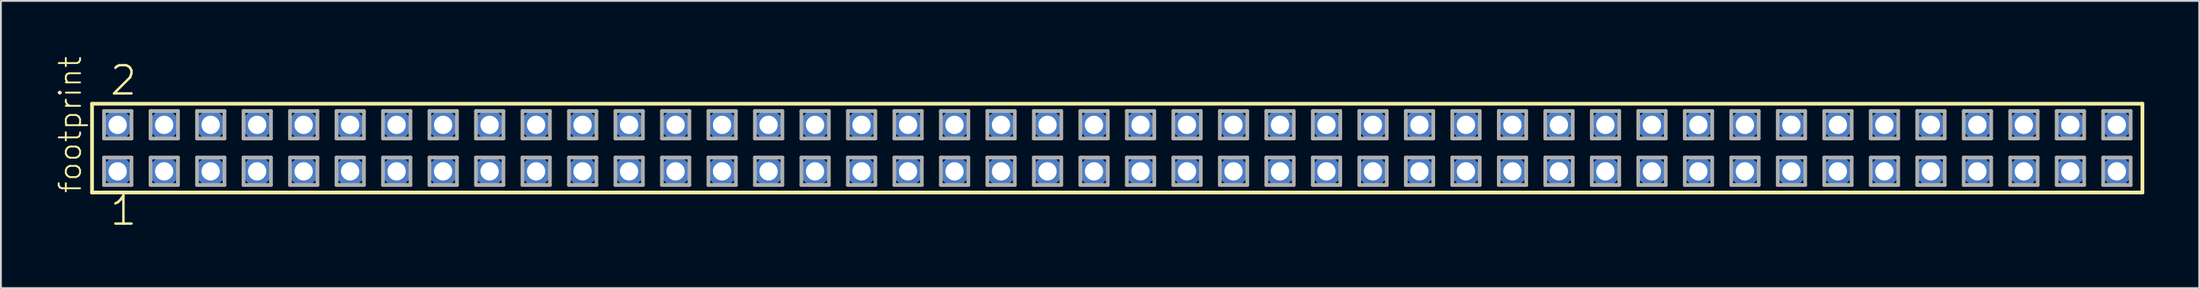
<source format=kicad_pcb>
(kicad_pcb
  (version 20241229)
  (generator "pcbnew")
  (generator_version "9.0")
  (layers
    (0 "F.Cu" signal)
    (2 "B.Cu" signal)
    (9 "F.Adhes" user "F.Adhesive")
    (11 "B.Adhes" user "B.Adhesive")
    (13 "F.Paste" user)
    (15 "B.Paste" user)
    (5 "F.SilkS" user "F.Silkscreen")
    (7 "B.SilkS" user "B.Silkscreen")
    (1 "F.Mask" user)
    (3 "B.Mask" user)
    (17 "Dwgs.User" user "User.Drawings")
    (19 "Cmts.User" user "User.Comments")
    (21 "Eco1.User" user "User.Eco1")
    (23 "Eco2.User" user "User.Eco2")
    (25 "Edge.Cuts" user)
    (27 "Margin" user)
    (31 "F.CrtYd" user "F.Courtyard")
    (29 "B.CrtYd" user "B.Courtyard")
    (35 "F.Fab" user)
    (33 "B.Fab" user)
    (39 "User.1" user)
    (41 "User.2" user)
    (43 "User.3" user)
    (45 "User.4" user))
  (footprint "footprint"
    (layer "F.Cu")
    (at 57.988 5.042)
    (property "Reference" "footprint" (at -56.515 2.54 90) (layer "F.SilkS") (effects (font (size 1.168 1.168) (thickness 0.102)) (justify left bottom)))
    (fp_line (start -56.009 -2.425) (end 56.009 -2.425) (stroke (width 0.203) (type solid)) (layer "F.SilkS"))
    (fp_line (start -56.009 2.425) (end -56.009 -2.425) (stroke (width 0.203) (type solid)) (layer "F.SilkS"))
    (fp_line (start 56.009 -2.425) (end 56.009 2.425) (stroke (width 0.203) (type solid)) (layer "F.SilkS"))
    (fp_line (start 56.009 2.425) (end -56.009 2.425) (stroke (width 0.203) (type solid)) (layer "F.SilkS"))
    (fp_line (start -55.355 -2.025) (end -53.855 -2.025) (stroke (width 0.203) (type solid)) (layer "F.Fab"))
    (fp_line (start -55.355 -0.525) (end -55.355 -2.025) (stroke (width 0.203) (type solid)) (layer "F.Fab"))
    (fp_line (start -55.355 0.515) (end -53.855 0.515) (stroke (width 0.203) (type solid)) (layer "F.Fab"))
    (fp_line (start -55.355 2.015) (end -55.355 0.515) (stroke (width 0.203) (type solid)) (layer "F.Fab"))
    (fp_line (start -53.855 -2.025) (end -53.855 -0.525) (stroke (width 0.203) (type solid)) (layer "F.Fab"))
    (fp_line (start -53.855 -0.525) (end -55.355 -0.525) (stroke (width 0.203) (type solid)) (layer "F.Fab"))
    (fp_line (start -53.855 0.515) (end -53.855 2.015) (stroke (width 0.203) (type solid)) (layer "F.Fab"))
    (fp_line (start -53.855 2.015) (end -55.355 2.015) (stroke (width 0.203) (type solid)) (layer "F.Fab"))
    (fp_line (start -52.815 -2.025) (end -51.315 -2.025) (stroke (width 0.203) (type solid)) (layer "F.Fab"))
    (fp_line (start -52.815 -0.525) (end -52.815 -2.025) (stroke (width 0.203) (type solid)) (layer "F.Fab"))
    (fp_line (start -52.815 0.515) (end -51.315 0.515) (stroke (width 0.203) (type solid)) (layer "F.Fab"))
    (fp_line (start -52.815 2.015) (end -52.815 0.515) (stroke (width 0.203) (type solid)) (layer "F.Fab"))
    (fp_line (start -51.315 -2.025) (end -51.315 -0.525) (stroke (width 0.203) (type solid)) (layer "F.Fab"))
    (fp_line (start -51.315 -0.525) (end -52.815 -0.525) (stroke (width 0.203) (type solid)) (layer "F.Fab"))
    (fp_line (start -51.315 0.515) (end -51.315 2.015) (stroke (width 0.203) (type solid)) (layer "F.Fab"))
    (fp_line (start -51.315 2.015) (end -52.815 2.015) (stroke (width 0.203) (type solid)) (layer "F.Fab"))
    (fp_line (start -50.275 -2.025) (end -48.775 -2.025) (stroke (width 0.203) (type solid)) (layer "F.Fab"))
    (fp_line (start -50.275 -0.525) (end -50.275 -2.025) (stroke (width 0.203) (type solid)) (layer "F.Fab"))
    (fp_line (start -50.275 0.515) (end -48.775 0.515) (stroke (width 0.203) (type solid)) (layer "F.Fab"))
    (fp_line (start -50.275 2.015) (end -50.275 0.515) (stroke (width 0.203) (type solid)) (layer "F.Fab"))
    (fp_line (start -48.775 -2.025) (end -48.775 -0.525) (stroke (width 0.203) (type solid)) (layer "F.Fab"))
    (fp_line (start -48.775 -0.525) (end -50.275 -0.525) (stroke (width 0.203) (type solid)) (layer "F.Fab"))
    (fp_line (start -48.775 0.515) (end -48.775 2.015) (stroke (width 0.203) (type solid)) (layer "F.Fab"))
    (fp_line (start -48.775 2.015) (end -50.275 2.015) (stroke (width 0.203) (type solid)) (layer "F.Fab"))
    (fp_line (start -47.735 -2.025) (end -46.235 -2.025) (stroke (width 0.203) (type solid)) (layer "F.Fab"))
    (fp_line (start -47.735 -0.525) (end -47.735 -2.025) (stroke (width 0.203) (type solid)) (layer "F.Fab"))
    (fp_line (start -47.735 0.515) (end -46.235 0.515) (stroke (width 0.203) (type solid)) (layer "F.Fab"))
    (fp_line (start -47.735 2.015) (end -47.735 0.515) (stroke (width 0.203) (type solid)) (layer "F.Fab"))
    (fp_line (start -46.235 -2.025) (end -46.235 -0.525) (stroke (width 0.203) (type solid)) (layer "F.Fab"))
    (fp_line (start -46.235 -0.525) (end -47.735 -0.525) (stroke (width 0.203) (type solid)) (layer "F.Fab"))
    (fp_line (start -46.235 0.515) (end -46.235 2.015) (stroke (width 0.203) (type solid)) (layer "F.Fab"))
    (fp_line (start -46.235 2.015) (end -47.735 2.015) (stroke (width 0.203) (type solid)) (layer "F.Fab"))
    (fp_line (start -45.195 -2.025) (end -43.695 -2.025) (stroke (width 0.203) (type solid)) (layer "F.Fab"))
    (fp_line (start -45.195 -0.525) (end -45.195 -2.025) (stroke (width 0.203) (type solid)) (layer "F.Fab"))
    (fp_line (start -45.195 0.515) (end -43.695 0.515) (stroke (width 0.203) (type solid)) (layer "F.Fab"))
    (fp_line (start -45.195 2.015) (end -45.195 0.515) (stroke (width 0.203) (type solid)) (layer "F.Fab"))
    (fp_line (start -43.695 -2.025) (end -43.695 -0.525) (stroke (width 0.203) (type solid)) (layer "F.Fab"))
    (fp_line (start -43.695 -0.525) (end -45.195 -0.525) (stroke (width 0.203) (type solid)) (layer "F.Fab"))
    (fp_line (start -43.695 0.515) (end -43.695 2.015) (stroke (width 0.203) (type solid)) (layer "F.Fab"))
    (fp_line (start -43.695 2.015) (end -45.195 2.015) (stroke (width 0.203) (type solid)) (layer "F.Fab"))
    (fp_line (start -42.655 -2.025) (end -41.155 -2.025) (stroke (width 0.203) (type solid)) (layer "F.Fab"))
    (fp_line (start -42.655 -0.525) (end -42.655 -2.025) (stroke (width 0.203) (type solid)) (layer "F.Fab"))
    (fp_line (start -42.655 0.515) (end -41.155 0.515) (stroke (width 0.203) (type solid)) (layer "F.Fab"))
    (fp_line (start -42.655 2.015) (end -42.655 0.515) (stroke (width 0.203) (type solid)) (layer "F.Fab"))
    (fp_line (start -41.155 -2.025) (end -41.155 -0.525) (stroke (width 0.203) (type solid)) (layer "F.Fab"))
    (fp_line (start -41.155 -0.525) (end -42.655 -0.525) (stroke (width 0.203) (type solid)) (layer "F.Fab"))
    (fp_line (start -41.155 0.515) (end -41.155 2.015) (stroke (width 0.203) (type solid)) (layer "F.Fab"))
    (fp_line (start -41.155 2.015) (end -42.655 2.015) (stroke (width 0.203) (type solid)) (layer "F.Fab"))
    (fp_line (start -40.115 -2.025) (end -38.615 -2.025) (stroke (width 0.203) (type solid)) (layer "F.Fab"))
    (fp_line (start -40.115 -0.525) (end -40.115 -2.025) (stroke (width 0.203) (type solid)) (layer "F.Fab"))
    (fp_line (start -40.115 0.515) (end -38.615 0.515) (stroke (width 0.203) (type solid)) (layer "F.Fab"))
    (fp_line (start -40.115 2.015) (end -40.115 0.515) (stroke (width 0.203) (type solid)) (layer "F.Fab"))
    (fp_line (start -38.615 -2.025) (end -38.615 -0.525) (stroke (width 0.203) (type solid)) (layer "F.Fab"))
    (fp_line (start -38.615 -0.525) (end -40.115 -0.525) (stroke (width 0.203) (type solid)) (layer "F.Fab"))
    (fp_line (start -38.615 0.515) (end -38.615 2.015) (stroke (width 0.203) (type solid)) (layer "F.Fab"))
    (fp_line (start -38.615 2.015) (end -40.115 2.015) (stroke (width 0.203) (type solid)) (layer "F.Fab"))
    (fp_line (start -37.575 -2.025) (end -36.075 -2.025) (stroke (width 0.203) (type solid)) (layer "F.Fab"))
    (fp_line (start -37.575 -0.525) (end -37.575 -2.025) (stroke (width 0.203) (type solid)) (layer "F.Fab"))
    (fp_line (start -37.575 0.515) (end -36.075 0.515) (stroke (width 0.203) (type solid)) (layer "F.Fab"))
    (fp_line (start -37.575 2.015) (end -37.575 0.515) (stroke (width 0.203) (type solid)) (layer "F.Fab"))
    (fp_line (start -36.075 -2.025) (end -36.075 -0.525) (stroke (width 0.203) (type solid)) (layer "F.Fab"))
    (fp_line (start -36.075 -0.525) (end -37.575 -0.525) (stroke (width 0.203) (type solid)) (layer "F.Fab"))
    (fp_line (start -36.075 0.515) (end -36.075 2.015) (stroke (width 0.203) (type solid)) (layer "F.Fab"))
    (fp_line (start -36.075 2.015) (end -37.575 2.015) (stroke (width 0.203) (type solid)) (layer "F.Fab"))
    (fp_line (start -35.035 -2.025) (end -33.535 -2.025) (stroke (width 0.203) (type solid)) (layer "F.Fab"))
    (fp_line (start -35.035 -0.525) (end -35.035 -2.025) (stroke (width 0.203) (type solid)) (layer "F.Fab"))
    (fp_line (start -35.035 0.515) (end -33.535 0.515) (stroke (width 0.203) (type solid)) (layer "F.Fab"))
    (fp_line (start -35.035 2.015) (end -35.035 0.515) (stroke (width 0.203) (type solid)) (layer "F.Fab"))
    (fp_line (start -33.535 -2.025) (end -33.535 -0.525) (stroke (width 0.203) (type solid)) (layer "F.Fab"))
    (fp_line (start -33.535 -0.525) (end -35.035 -0.525) (stroke (width 0.203) (type solid)) (layer "F.Fab"))
    (fp_line (start -33.535 0.515) (end -33.535 2.015) (stroke (width 0.203) (type solid)) (layer "F.Fab"))
    (fp_line (start -33.535 2.015) (end -35.035 2.015) (stroke (width 0.203) (type solid)) (layer "F.Fab"))
    (fp_line (start -32.495 -2.025) (end -30.995 -2.025) (stroke (width 0.203) (type solid)) (layer "F.Fab"))
    (fp_line (start -32.495 -0.525) (end -32.495 -2.025) (stroke (width 0.203) (type solid)) (layer "F.Fab"))
    (fp_line (start -32.495 0.515) (end -30.995 0.515) (stroke (width 0.203) (type solid)) (layer "F.Fab"))
    (fp_line (start -32.495 2.015) (end -32.495 0.515) (stroke (width 0.203) (type solid)) (layer "F.Fab"))
    (fp_line (start -30.995 -2.025) (end -30.995 -0.525) (stroke (width 0.203) (type solid)) (layer "F.Fab"))
    (fp_line (start -30.995 -0.525) (end -32.495 -0.525) (stroke (width 0.203) (type solid)) (layer "F.Fab"))
    (fp_line (start -30.995 0.515) (end -30.995 2.015) (stroke (width 0.203) (type solid)) (layer "F.Fab"))
    (fp_line (start -30.995 2.015) (end -32.495 2.015) (stroke (width 0.203) (type solid)) (layer "F.Fab"))
    (fp_line (start -29.955 -2.025) (end -28.455 -2.025) (stroke (width 0.203) (type solid)) (layer "F.Fab"))
    (fp_line (start -29.955 -0.525) (end -29.955 -2.025) (stroke (width 0.203) (type solid)) (layer "F.Fab"))
    (fp_line (start -29.955 0.515) (end -28.455 0.515) (stroke (width 0.203) (type solid)) (layer "F.Fab"))
    (fp_line (start -29.955 2.015) (end -29.955 0.515) (stroke (width 0.203) (type solid)) (layer "F.Fab"))
    (fp_line (start -28.455 -2.025) (end -28.455 -0.525) (stroke (width 0.203) (type solid)) (layer "F.Fab"))
    (fp_line (start -28.455 -0.525) (end -29.955 -0.525) (stroke (width 0.203) (type solid)) (layer "F.Fab"))
    (fp_line (start -28.455 0.515) (end -28.455 2.015) (stroke (width 0.203) (type solid)) (layer "F.Fab"))
    (fp_line (start -28.455 2.015) (end -29.955 2.015) (stroke (width 0.203) (type solid)) (layer "F.Fab"))
    (fp_line (start -27.415 -2.025) (end -25.915 -2.025) (stroke (width 0.203) (type solid)) (layer "F.Fab"))
    (fp_line (start -27.415 -0.525) (end -27.415 -2.025) (stroke (width 0.203) (type solid)) (layer "F.Fab"))
    (fp_line (start -27.415 0.515) (end -25.915 0.515) (stroke (width 0.203) (type solid)) (layer "F.Fab"))
    (fp_line (start -27.415 2.015) (end -27.415 0.515) (stroke (width 0.203) (type solid)) (layer "F.Fab"))
    (fp_line (start -25.915 -2.025) (end -25.915 -0.525) (stroke (width 0.203) (type solid)) (layer "F.Fab"))
    (fp_line (start -25.915 -0.525) (end -27.415 -0.525) (stroke (width 0.203) (type solid)) (layer "F.Fab"))
    (fp_line (start -25.915 0.515) (end -25.915 2.015) (stroke (width 0.203) (type solid)) (layer "F.Fab"))
    (fp_line (start -25.915 2.015) (end -27.415 2.015) (stroke (width 0.203) (type solid)) (layer "F.Fab"))
    (fp_line (start -24.875 -2.025) (end -23.375 -2.025) (stroke (width 0.203) (type solid)) (layer "F.Fab"))
    (fp_line (start -24.875 -0.525) (end -24.875 -2.025) (stroke (width 0.203) (type solid)) (layer "F.Fab"))
    (fp_line (start -24.875 0.515) (end -23.375 0.515) (stroke (width 0.203) (type solid)) (layer "F.Fab"))
    (fp_line (start -24.875 2.015) (end -24.875 0.515) (stroke (width 0.203) (type solid)) (layer "F.Fab"))
    (fp_line (start -23.375 -2.025) (end -23.375 -0.525) (stroke (width 0.203) (type solid)) (layer "F.Fab"))
    (fp_line (start -23.375 -0.525) (end -24.875 -0.525) (stroke (width 0.203) (type solid)) (layer "F.Fab"))
    (fp_line (start -23.375 0.515) (end -23.375 2.015) (stroke (width 0.203) (type solid)) (layer "F.Fab"))
    (fp_line (start -23.375 2.015) (end -24.875 2.015) (stroke (width 0.203) (type solid)) (layer "F.Fab"))
    (fp_line (start -22.335 -2.025) (end -20.835 -2.025) (stroke (width 0.203) (type solid)) (layer "F.Fab"))
    (fp_line (start -22.335 -0.525) (end -22.335 -2.025) (stroke (width 0.203) (type solid)) (layer "F.Fab"))
    (fp_line (start -22.335 0.515) (end -20.835 0.515) (stroke (width 0.203) (type solid)) (layer "F.Fab"))
    (fp_line (start -22.335 2.015) (end -22.335 0.515) (stroke (width 0.203) (type solid)) (layer "F.Fab"))
    (fp_line (start -20.835 -2.025) (end -20.835 -0.525) (stroke (width 0.203) (type solid)) (layer "F.Fab"))
    (fp_line (start -20.835 -0.525) (end -22.335 -0.525) (stroke (width 0.203) (type solid)) (layer "F.Fab"))
    (fp_line (start -20.835 0.515) (end -20.835 2.015) (stroke (width 0.203) (type solid)) (layer "F.Fab"))
    (fp_line (start -20.835 2.015) (end -22.335 2.015) (stroke (width 0.203) (type solid)) (layer "F.Fab"))
    (fp_line (start -19.795 -2.025) (end -18.295 -2.025) (stroke (width 0.203) (type solid)) (layer "F.Fab"))
    (fp_line (start -19.795 -0.525) (end -19.795 -2.025) (stroke (width 0.203) (type solid)) (layer "F.Fab"))
    (fp_line (start -19.795 0.515) (end -18.295 0.515) (stroke (width 0.203) (type solid)) (layer "F.Fab"))
    (fp_line (start -19.795 2.015) (end -19.795 0.515) (stroke (width 0.203) (type solid)) (layer "F.Fab"))
    (fp_line (start -18.295 -2.025) (end -18.295 -0.525) (stroke (width 0.203) (type solid)) (layer "F.Fab"))
    (fp_line (start -18.295 -0.525) (end -19.795 -0.525) (stroke (width 0.203) (type solid)) (layer "F.Fab"))
    (fp_line (start -18.295 0.515) (end -18.295 2.015) (stroke (width 0.203) (type solid)) (layer "F.Fab"))
    (fp_line (start -18.295 2.015) (end -19.795 2.015) (stroke (width 0.203) (type solid)) (layer "F.Fab"))
    (fp_line (start -17.255 -2.025) (end -15.755 -2.025) (stroke (width 0.203) (type solid)) (layer "F.Fab"))
    (fp_line (start -17.255 -0.525) (end -17.255 -2.025) (stroke (width 0.203) (type solid)) (layer "F.Fab"))
    (fp_line (start -17.255 0.515) (end -15.755 0.515) (stroke (width 0.203) (type solid)) (layer "F.Fab"))
    (fp_line (start -17.255 2.015) (end -17.255 0.515) (stroke (width 0.203) (type solid)) (layer "F.Fab"))
    (fp_line (start -15.755 -2.025) (end -15.755 -0.525) (stroke (width 0.203) (type solid)) (layer "F.Fab"))
    (fp_line (start -15.755 -0.525) (end -17.255 -0.525) (stroke (width 0.203) (type solid)) (layer "F.Fab"))
    (fp_line (start -15.755 0.515) (end -15.755 2.015) (stroke (width 0.203) (type solid)) (layer "F.Fab"))
    (fp_line (start -15.755 2.015) (end -17.255 2.015) (stroke (width 0.203) (type solid)) (layer "F.Fab"))
    (fp_line (start -14.715 -2.025) (end -13.215 -2.025) (stroke (width 0.203) (type solid)) (layer "F.Fab"))
    (fp_line (start -14.715 -0.525) (end -14.715 -2.025) (stroke (width 0.203) (type solid)) (layer "F.Fab"))
    (fp_line (start -14.715 0.515) (end -13.215 0.515) (stroke (width 0.203) (type solid)) (layer "F.Fab"))
    (fp_line (start -14.715 2.015) (end -14.715 0.515) (stroke (width 0.203) (type solid)) (layer "F.Fab"))
    (fp_line (start -13.215 -2.025) (end -13.215 -0.525) (stroke (width 0.203) (type solid)) (layer "F.Fab"))
    (fp_line (start -13.215 -0.525) (end -14.715 -0.525) (stroke (width 0.203) (type solid)) (layer "F.Fab"))
    (fp_line (start -13.215 0.515) (end -13.215 2.015) (stroke (width 0.203) (type solid)) (layer "F.Fab"))
    (fp_line (start -13.215 2.015) (end -14.715 2.015) (stroke (width 0.203) (type solid)) (layer "F.Fab"))
    (fp_line (start -12.175 -2.025) (end -10.675 -2.025) (stroke (width 0.203) (type solid)) (layer "F.Fab"))
    (fp_line (start -12.175 -0.525) (end -12.175 -2.025) (stroke (width 0.203) (type solid)) (layer "F.Fab"))
    (fp_line (start -12.175 0.515) (end -10.675 0.515) (stroke (width 0.203) (type solid)) (layer "F.Fab"))
    (fp_line (start -12.175 2.015) (end -12.175 0.515) (stroke (width 0.203) (type solid)) (layer "F.Fab"))
    (fp_line (start -10.675 -2.025) (end -10.675 -0.525) (stroke (width 0.203) (type solid)) (layer "F.Fab"))
    (fp_line (start -10.675 -0.525) (end -12.175 -0.525) (stroke (width 0.203) (type solid)) (layer "F.Fab"))
    (fp_line (start -10.675 0.515) (end -10.675 2.015) (stroke (width 0.203) (type solid)) (layer "F.Fab"))
    (fp_line (start -10.675 2.015) (end -12.175 2.015) (stroke (width 0.203) (type solid)) (layer "F.Fab"))
    (fp_line (start -9.635 -2.025) (end -8.135 -2.025) (stroke (width 0.203) (type solid)) (layer "F.Fab"))
    (fp_line (start -9.635 -0.525) (end -9.635 -2.025) (stroke (width 0.203) (type solid)) (layer "F.Fab"))
    (fp_line (start -9.635 0.515) (end -8.135 0.515) (stroke (width 0.203) (type solid)) (layer "F.Fab"))
    (fp_line (start -9.635 2.015) (end -9.635 0.515) (stroke (width 0.203) (type solid)) (layer "F.Fab"))
    (fp_line (start -8.135 -2.025) (end -8.135 -0.525) (stroke (width 0.203) (type solid)) (layer "F.Fab"))
    (fp_line (start -8.135 -0.525) (end -9.635 -0.525) (stroke (width 0.203) (type solid)) (layer "F.Fab"))
    (fp_line (start -8.135 0.515) (end -8.135 2.015) (stroke (width 0.203) (type solid)) (layer "F.Fab"))
    (fp_line (start -8.135 2.015) (end -9.635 2.015) (stroke (width 0.203) (type solid)) (layer "F.Fab"))
    (fp_line (start -7.095 -2.025) (end -5.595 -2.025) (stroke (width 0.203) (type solid)) (layer "F.Fab"))
    (fp_line (start -7.095 -0.525) (end -7.095 -2.025) (stroke (width 0.203) (type solid)) (layer "F.Fab"))
    (fp_line (start -7.095 0.515) (end -5.595 0.515) (stroke (width 0.203) (type solid)) (layer "F.Fab"))
    (fp_line (start -7.095 2.015) (end -7.095 0.515) (stroke (width 0.203) (type solid)) (layer "F.Fab"))
    (fp_line (start -5.595 -2.025) (end -5.595 -0.525) (stroke (width 0.203) (type solid)) (layer "F.Fab"))
    (fp_line (start -5.595 -0.525) (end -7.095 -0.525) (stroke (width 0.203) (type solid)) (layer "F.Fab"))
    (fp_line (start -5.595 0.515) (end -5.595 2.015) (stroke (width 0.203) (type solid)) (layer "F.Fab"))
    (fp_line (start -5.595 2.015) (end -7.095 2.015) (stroke (width 0.203) (type solid)) (layer "F.Fab"))
    (fp_line (start -4.555 -2.025) (end -3.055 -2.025) (stroke (width 0.203) (type solid)) (layer "F.Fab"))
    (fp_line (start -4.555 -0.525) (end -4.555 -2.025) (stroke (width 0.203) (type solid)) (layer "F.Fab"))
    (fp_line (start -4.555 0.515) (end -3.055 0.515) (stroke (width 0.203) (type solid)) (layer "F.Fab"))
    (fp_line (start -4.555 2.015) (end -4.555 0.515) (stroke (width 0.203) (type solid)) (layer "F.Fab"))
    (fp_line (start -3.055 -2.025) (end -3.055 -0.525) (stroke (width 0.203) (type solid)) (layer "F.Fab"))
    (fp_line (start -3.055 -0.525) (end -4.555 -0.525) (stroke (width 0.203) (type solid)) (layer "F.Fab"))
    (fp_line (start -3.055 0.515) (end -3.055 2.015) (stroke (width 0.203) (type solid)) (layer "F.Fab"))
    (fp_line (start -3.055 2.015) (end -4.555 2.015) (stroke (width 0.203) (type solid)) (layer "F.Fab"))
    (fp_line (start -2.015 -2.025) (end -0.515 -2.025) (stroke (width 0.203) (type solid)) (layer "F.Fab"))
    (fp_line (start -2.015 -0.525) (end -2.015 -2.025) (stroke (width 0.203) (type solid)) (layer "F.Fab"))
    (fp_line (start -2.015 0.515) (end -0.515 0.515) (stroke (width 0.203) (type solid)) (layer "F.Fab"))
    (fp_line (start -2.015 2.015) (end -2.015 0.515) (stroke (width 0.203) (type solid)) (layer "F.Fab"))
    (fp_line (start -0.515 -2.025) (end -0.515 -0.525) (stroke (width 0.203) (type solid)) (layer "F.Fab"))
    (fp_line (start -0.515 -0.525) (end -2.015 -0.525) (stroke (width 0.203) (type solid)) (layer "F.Fab"))
    (fp_line (start -0.515 0.515) (end -0.515 2.015) (stroke (width 0.203) (type solid)) (layer "F.Fab"))
    (fp_line (start -0.515 2.015) (end -2.015 2.015) (stroke (width 0.203) (type solid)) (layer "F.Fab"))
    (fp_line (start 0.525 -2.025) (end 2.025 -2.025) (stroke (width 0.203) (type solid)) (layer "F.Fab"))
    (fp_line (start 0.525 -0.525) (end 0.525 -2.025) (stroke (width 0.203) (type solid)) (layer "F.Fab"))
    (fp_line (start 0.525 0.515) (end 2.025 0.515) (stroke (width 0.203) (type solid)) (layer "F.Fab"))
    (fp_line (start 0.525 2.015) (end 0.525 0.515) (stroke (width 0.203) (type solid)) (layer "F.Fab"))
    (fp_line (start 2.025 -2.025) (end 2.025 -0.525) (stroke (width 0.203) (type solid)) (layer "F.Fab"))
    (fp_line (start 2.025 -0.525) (end 0.525 -0.525) (stroke (width 0.203) (type solid)) (layer "F.Fab"))
    (fp_line (start 2.025 0.515) (end 2.025 2.015) (stroke (width 0.203) (type solid)) (layer "F.Fab"))
    (fp_line (start 2.025 2.015) (end 0.525 2.015) (stroke (width 0.203) (type solid)) (layer "F.Fab"))
    (fp_line (start 3.065 -2.025) (end 4.565 -2.025) (stroke (width 0.203) (type solid)) (layer "F.Fab"))
    (fp_line (start 3.065 -0.525) (end 3.065 -2.025) (stroke (width 0.203) (type solid)) (layer "F.Fab"))
    (fp_line (start 3.065 0.515) (end 4.565 0.515) (stroke (width 0.203) (type solid)) (layer "F.Fab"))
    (fp_line (start 3.065 2.015) (end 3.065 0.515) (stroke (width 0.203) (type solid)) (layer "F.Fab"))
    (fp_line (start 4.565 -2.025) (end 4.565 -0.525) (stroke (width 0.203) (type solid)) (layer "F.Fab"))
    (fp_line (start 4.565 -0.525) (end 3.065 -0.525) (stroke (width 0.203) (type solid)) (layer "F.Fab"))
    (fp_line (start 4.565 0.515) (end 4.565 2.015) (stroke (width 0.203) (type solid)) (layer "F.Fab"))
    (fp_line (start 4.565 2.015) (end 3.065 2.015) (stroke (width 0.203) (type solid)) (layer "F.Fab"))
    (fp_line (start 5.605 -2.025) (end 7.105 -2.025) (stroke (width 0.203) (type solid)) (layer "F.Fab"))
    (fp_line (start 5.605 -0.525) (end 5.605 -2.025) (stroke (width 0.203) (type solid)) (layer "F.Fab"))
    (fp_line (start 5.605 0.515) (end 7.105 0.515) (stroke (width 0.203) (type solid)) (layer "F.Fab"))
    (fp_line (start 5.605 2.015) (end 5.605 0.515) (stroke (width 0.203) (type solid)) (layer "F.Fab"))
    (fp_line (start 7.105 -2.025) (end 7.105 -0.525) (stroke (width 0.203) (type solid)) (layer "F.Fab"))
    (fp_line (start 7.105 -0.525) (end 5.605 -0.525) (stroke (width 0.203) (type solid)) (layer "F.Fab"))
    (fp_line (start 7.105 0.515) (end 7.105 2.015) (stroke (width 0.203) (type solid)) (layer "F.Fab"))
    (fp_line (start 7.105 2.015) (end 5.605 2.015) (stroke (width 0.203) (type solid)) (layer "F.Fab"))
    (fp_line (start 8.145 -2.025) (end 9.645 -2.025) (stroke (width 0.203) (type solid)) (layer "F.Fab"))
    (fp_line (start 8.145 -0.525) (end 8.145 -2.025) (stroke (width 0.203) (type solid)) (layer "F.Fab"))
    (fp_line (start 8.145 0.515) (end 9.645 0.515) (stroke (width 0.203) (type solid)) (layer "F.Fab"))
    (fp_line (start 8.145 2.015) (end 8.145 0.515) (stroke (width 0.203) (type solid)) (layer "F.Fab"))
    (fp_line (start 9.645 -2.025) (end 9.645 -0.525) (stroke (width 0.203) (type solid)) (layer "F.Fab"))
    (fp_line (start 9.645 -0.525) (end 8.145 -0.525) (stroke (width 0.203) (type solid)) (layer "F.Fab"))
    (fp_line (start 9.645 0.515) (end 9.645 2.015) (stroke (width 0.203) (type solid)) (layer "F.Fab"))
    (fp_line (start 9.645 2.015) (end 8.145 2.015) (stroke (width 0.203) (type solid)) (layer "F.Fab"))
    (fp_line (start 10.685 -2.025) (end 12.185 -2.025) (stroke (width 0.203) (type solid)) (layer "F.Fab"))
    (fp_line (start 10.685 -0.525) (end 10.685 -2.025) (stroke (width 0.203) (type solid)) (layer "F.Fab"))
    (fp_line (start 10.685 0.515) (end 12.185 0.515) (stroke (width 0.203) (type solid)) (layer "F.Fab"))
    (fp_line (start 10.685 2.015) (end 10.685 0.515) (stroke (width 0.203) (type solid)) (layer "F.Fab"))
    (fp_line (start 12.185 -2.025) (end 12.185 -0.525) (stroke (width 0.203) (type solid)) (layer "F.Fab"))
    (fp_line (start 12.185 -0.525) (end 10.685 -0.525) (stroke (width 0.203) (type solid)) (layer "F.Fab"))
    (fp_line (start 12.185 0.515) (end 12.185 2.015) (stroke (width 0.203) (type solid)) (layer "F.Fab"))
    (fp_line (start 12.185 2.015) (end 10.685 2.015) (stroke (width 0.203) (type solid)) (layer "F.Fab"))
    (fp_line (start 13.225 -2.025) (end 14.725 -2.025) (stroke (width 0.203) (type solid)) (layer "F.Fab"))
    (fp_line (start 13.225 -0.525) (end 13.225 -2.025) (stroke (width 0.203) (type solid)) (layer "F.Fab"))
    (fp_line (start 13.225 0.515) (end 14.725 0.515) (stroke (width 0.203) (type solid)) (layer "F.Fab"))
    (fp_line (start 13.225 2.015) (end 13.225 0.515) (stroke (width 0.203) (type solid)) (layer "F.Fab"))
    (fp_line (start 14.725 -2.025) (end 14.725 -0.525) (stroke (width 0.203) (type solid)) (layer "F.Fab"))
    (fp_line (start 14.725 -0.525) (end 13.225 -0.525) (stroke (width 0.203) (type solid)) (layer "F.Fab"))
    (fp_line (start 14.725 0.515) (end 14.725 2.015) (stroke (width 0.203) (type solid)) (layer "F.Fab"))
    (fp_line (start 14.725 2.015) (end 13.225 2.015) (stroke (width 0.203) (type solid)) (layer "F.Fab"))
    (fp_line (start 15.765 -2.025) (end 17.265 -2.025) (stroke (width 0.203) (type solid)) (layer "F.Fab"))
    (fp_line (start 15.765 -0.525) (end 15.765 -2.025) (stroke (width 0.203) (type solid)) (layer "F.Fab"))
    (fp_line (start 15.765 0.515) (end 17.265 0.515) (stroke (width 0.203) (type solid)) (layer "F.Fab"))
    (fp_line (start 15.765 2.015) (end 15.765 0.515) (stroke (width 0.203) (type solid)) (layer "F.Fab"))
    (fp_line (start 17.265 -2.025) (end 17.265 -0.525) (stroke (width 0.203) (type solid)) (layer "F.Fab"))
    (fp_line (start 17.265 -0.525) (end 15.765 -0.525) (stroke (width 0.203) (type solid)) (layer "F.Fab"))
    (fp_line (start 17.265 0.515) (end 17.265 2.015) (stroke (width 0.203) (type solid)) (layer "F.Fab"))
    (fp_line (start 17.265 2.015) (end 15.765 2.015) (stroke (width 0.203) (type solid)) (layer "F.Fab"))
    (fp_line (start 18.305 -2.025) (end 19.805 -2.025) (stroke (width 0.203) (type solid)) (layer "F.Fab"))
    (fp_line (start 18.305 -0.525) (end 18.305 -2.025) (stroke (width 0.203) (type solid)) (layer "F.Fab"))
    (fp_line (start 18.305 0.515) (end 19.805 0.515) (stroke (width 0.203) (type solid)) (layer "F.Fab"))
    (fp_line (start 18.305 2.015) (end 18.305 0.515) (stroke (width 0.203) (type solid)) (layer "F.Fab"))
    (fp_line (start 19.805 -2.025) (end 19.805 -0.525) (stroke (width 0.203) (type solid)) (layer "F.Fab"))
    (fp_line (start 19.805 -0.525) (end 18.305 -0.525) (stroke (width 0.203) (type solid)) (layer "F.Fab"))
    (fp_line (start 19.805 0.515) (end 19.805 2.015) (stroke (width 0.203) (type solid)) (layer "F.Fab"))
    (fp_line (start 19.805 2.015) (end 18.305 2.015) (stroke (width 0.203) (type solid)) (layer "F.Fab"))
    (fp_line (start 20.845 -2.025) (end 22.345 -2.025) (stroke (width 0.203) (type solid)) (layer "F.Fab"))
    (fp_line (start 20.845 -0.525) (end 20.845 -2.025) (stroke (width 0.203) (type solid)) (layer "F.Fab"))
    (fp_line (start 20.845 0.515) (end 22.345 0.515) (stroke (width 0.203) (type solid)) (layer "F.Fab"))
    (fp_line (start 20.845 2.015) (end 20.845 0.515) (stroke (width 0.203) (type solid)) (layer "F.Fab"))
    (fp_line (start 22.345 -2.025) (end 22.345 -0.525) (stroke (width 0.203) (type solid)) (layer "F.Fab"))
    (fp_line (start 22.345 -0.525) (end 20.845 -0.525) (stroke (width 0.203) (type solid)) (layer "F.Fab"))
    (fp_line (start 22.345 0.515) (end 22.345 2.015) (stroke (width 0.203) (type solid)) (layer "F.Fab"))
    (fp_line (start 22.345 2.015) (end 20.845 2.015) (stroke (width 0.203) (type solid)) (layer "F.Fab"))
    (fp_line (start 23.385 -2.025) (end 24.885 -2.025) (stroke (width 0.203) (type solid)) (layer "F.Fab"))
    (fp_line (start 23.385 -0.525) (end 23.385 -2.025) (stroke (width 0.203) (type solid)) (layer "F.Fab"))
    (fp_line (start 23.385 0.515) (end 24.885 0.515) (stroke (width 0.203) (type solid)) (layer "F.Fab"))
    (fp_line (start 23.385 2.015) (end 23.385 0.515) (stroke (width 0.203) (type solid)) (layer "F.Fab"))
    (fp_line (start 24.885 -2.025) (end 24.885 -0.525) (stroke (width 0.203) (type solid)) (layer "F.Fab"))
    (fp_line (start 24.885 -0.525) (end 23.385 -0.525) (stroke (width 0.203) (type solid)) (layer "F.Fab"))
    (fp_line (start 24.885 0.515) (end 24.885 2.015) (stroke (width 0.203) (type solid)) (layer "F.Fab"))
    (fp_line (start 24.885 2.015) (end 23.385 2.015) (stroke (width 0.203) (type solid)) (layer "F.Fab"))
    (fp_line (start 25.925 -2.025) (end 27.425 -2.025) (stroke (width 0.203) (type solid)) (layer "F.Fab"))
    (fp_line (start 25.925 -0.525) (end 25.925 -2.025) (stroke (width 0.203) (type solid)) (layer "F.Fab"))
    (fp_line (start 25.925 0.515) (end 27.425 0.515) (stroke (width 0.203) (type solid)) (layer "F.Fab"))
    (fp_line (start 25.925 2.015) (end 25.925 0.515) (stroke (width 0.203) (type solid)) (layer "F.Fab"))
    (fp_line (start 27.425 -2.025) (end 27.425 -0.525) (stroke (width 0.203) (type solid)) (layer "F.Fab"))
    (fp_line (start 27.425 -0.525) (end 25.925 -0.525) (stroke (width 0.203) (type solid)) (layer "F.Fab"))
    (fp_line (start 27.425 0.515) (end 27.425 2.015) (stroke (width 0.203) (type solid)) (layer "F.Fab"))
    (fp_line (start 27.425 2.015) (end 25.925 2.015) (stroke (width 0.203) (type solid)) (layer "F.Fab"))
    (fp_line (start 28.465 -2.025) (end 29.965 -2.025) (stroke (width 0.203) (type solid)) (layer "F.Fab"))
    (fp_line (start 28.465 -0.525) (end 28.465 -2.025) (stroke (width 0.203) (type solid)) (layer "F.Fab"))
    (fp_line (start 28.465 0.515) (end 29.965 0.515) (stroke (width 0.203) (type solid)) (layer "F.Fab"))
    (fp_line (start 28.465 2.015) (end 28.465 0.515) (stroke (width 0.203) (type solid)) (layer "F.Fab"))
    (fp_line (start 29.965 -2.025) (end 29.965 -0.525) (stroke (width 0.203) (type solid)) (layer "F.Fab"))
    (fp_line (start 29.965 -0.525) (end 28.465 -0.525) (stroke (width 0.203) (type solid)) (layer "F.Fab"))
    (fp_line (start 29.965 0.515) (end 29.965 2.015) (stroke (width 0.203) (type solid)) (layer "F.Fab"))
    (fp_line (start 29.965 2.015) (end 28.465 2.015) (stroke (width 0.203) (type solid)) (layer "F.Fab"))
    (fp_line (start 31.005 -2.025) (end 32.505 -2.025) (stroke (width 0.203) (type solid)) (layer "F.Fab"))
    (fp_line (start 31.005 -0.525) (end 31.005 -2.025) (stroke (width 0.203) (type solid)) (layer "F.Fab"))
    (fp_line (start 31.005 0.515) (end 32.505 0.515) (stroke (width 0.203) (type solid)) (layer "F.Fab"))
    (fp_line (start 31.005 2.015) (end 31.005 0.515) (stroke (width 0.203) (type solid)) (layer "F.Fab"))
    (fp_line (start 32.505 -2.025) (end 32.505 -0.525) (stroke (width 0.203) (type solid)) (layer "F.Fab"))
    (fp_line (start 32.505 -0.525) (end 31.005 -0.525) (stroke (width 0.203) (type solid)) (layer "F.Fab"))
    (fp_line (start 32.505 0.515) (end 32.505 2.015) (stroke (width 0.203) (type solid)) (layer "F.Fab"))
    (fp_line (start 32.505 2.015) (end 31.005 2.015) (stroke (width 0.203) (type solid)) (layer "F.Fab"))
    (fp_line (start 33.545 -2.025) (end 35.045 -2.025) (stroke (width 0.203) (type solid)) (layer "F.Fab"))
    (fp_line (start 33.545 -0.525) (end 33.545 -2.025) (stroke (width 0.203) (type solid)) (layer "F.Fab"))
    (fp_line (start 33.545 0.515) (end 35.045 0.515) (stroke (width 0.203) (type solid)) (layer "F.Fab"))
    (fp_line (start 33.545 2.015) (end 33.545 0.515) (stroke (width 0.203) (type solid)) (layer "F.Fab"))
    (fp_line (start 35.045 -2.025) (end 35.045 -0.525) (stroke (width 0.203) (type solid)) (layer "F.Fab"))
    (fp_line (start 35.045 -0.525) (end 33.545 -0.525) (stroke (width 0.203) (type solid)) (layer "F.Fab"))
    (fp_line (start 35.045 0.515) (end 35.045 2.015) (stroke (width 0.203) (type solid)) (layer "F.Fab"))
    (fp_line (start 35.045 2.015) (end 33.545 2.015) (stroke (width 0.203) (type solid)) (layer "F.Fab"))
    (fp_line (start 36.085 -2.025) (end 37.585 -2.025) (stroke (width 0.203) (type solid)) (layer "F.Fab"))
    (fp_line (start 36.085 -0.525) (end 36.085 -2.025) (stroke (width 0.203) (type solid)) (layer "F.Fab"))
    (fp_line (start 36.085 0.515) (end 37.585 0.515) (stroke (width 0.203) (type solid)) (layer "F.Fab"))
    (fp_line (start 36.085 2.015) (end 36.085 0.515) (stroke (width 0.203) (type solid)) (layer "F.Fab"))
    (fp_line (start 37.585 -2.025) (end 37.585 -0.525) (stroke (width 0.203) (type solid)) (layer "F.Fab"))
    (fp_line (start 37.585 -0.525) (end 36.085 -0.525) (stroke (width 0.203) (type solid)) (layer "F.Fab"))
    (fp_line (start 37.585 0.515) (end 37.585 2.015) (stroke (width 0.203) (type solid)) (layer "F.Fab"))
    (fp_line (start 37.585 2.015) (end 36.085 2.015) (stroke (width 0.203) (type solid)) (layer "F.Fab"))
    (fp_line (start 38.625 -2.025) (end 40.125 -2.025) (stroke (width 0.203) (type solid)) (layer "F.Fab"))
    (fp_line (start 38.625 -0.525) (end 38.625 -2.025) (stroke (width 0.203) (type solid)) (layer "F.Fab"))
    (fp_line (start 38.625 0.515) (end 40.125 0.515) (stroke (width 0.203) (type solid)) (layer "F.Fab"))
    (fp_line (start 38.625 2.015) (end 38.625 0.515) (stroke (width 0.203) (type solid)) (layer "F.Fab"))
    (fp_line (start 40.125 -2.025) (end 40.125 -0.525) (stroke (width 0.203) (type solid)) (layer "F.Fab"))
    (fp_line (start 40.125 -0.525) (end 38.625 -0.525) (stroke (width 0.203) (type solid)) (layer "F.Fab"))
    (fp_line (start 40.125 0.515) (end 40.125 2.015) (stroke (width 0.203) (type solid)) (layer "F.Fab"))
    (fp_line (start 40.125 2.015) (end 38.625 2.015) (stroke (width 0.203) (type solid)) (layer "F.Fab"))
    (fp_line (start 41.165 -2.025) (end 42.665 -2.025) (stroke (width 0.203) (type solid)) (layer "F.Fab"))
    (fp_line (start 41.165 -0.525) (end 41.165 -2.025) (stroke (width 0.203) (type solid)) (layer "F.Fab"))
    (fp_line (start 41.165 0.515) (end 42.665 0.515) (stroke (width 0.203) (type solid)) (layer "F.Fab"))
    (fp_line (start 41.165 2.015) (end 41.165 0.515) (stroke (width 0.203) (type solid)) (layer "F.Fab"))
    (fp_line (start 42.665 -2.025) (end 42.665 -0.525) (stroke (width 0.203) (type solid)) (layer "F.Fab"))
    (fp_line (start 42.665 -0.525) (end 41.165 -0.525) (stroke (width 0.203) (type solid)) (layer "F.Fab"))
    (fp_line (start 42.665 0.515) (end 42.665 2.015) (stroke (width 0.203) (type solid)) (layer "F.Fab"))
    (fp_line (start 42.665 2.015) (end 41.165 2.015) (stroke (width 0.203) (type solid)) (layer "F.Fab"))
    (fp_line (start 43.705 -2.025) (end 45.205 -2.025) (stroke (width 0.203) (type solid)) (layer "F.Fab"))
    (fp_line (start 43.705 -0.525) (end 43.705 -2.025) (stroke (width 0.203) (type solid)) (layer "F.Fab"))
    (fp_line (start 43.705 0.515) (end 45.205 0.515) (stroke (width 0.203) (type solid)) (layer "F.Fab"))
    (fp_line (start 43.705 2.015) (end 43.705 0.515) (stroke (width 0.203) (type solid)) (layer "F.Fab"))
    (fp_line (start 45.205 -2.025) (end 45.205 -0.525) (stroke (width 0.203) (type solid)) (layer "F.Fab"))
    (fp_line (start 45.205 -0.525) (end 43.705 -0.525) (stroke (width 0.203) (type solid)) (layer "F.Fab"))
    (fp_line (start 45.205 0.515) (end 45.205 2.015) (stroke (width 0.203) (type solid)) (layer "F.Fab"))
    (fp_line (start 45.205 2.015) (end 43.705 2.015) (stroke (width 0.203) (type solid)) (layer "F.Fab"))
    (fp_line (start 46.245 -2.025) (end 47.745 -2.025) (stroke (width 0.203) (type solid)) (layer "F.Fab"))
    (fp_line (start 46.245 -0.525) (end 46.245 -2.025) (stroke (width 0.203) (type solid)) (layer "F.Fab"))
    (fp_line (start 46.245 0.515) (end 47.745 0.515) (stroke (width 0.203) (type solid)) (layer "F.Fab"))
    (fp_line (start 46.245 2.015) (end 46.245 0.515) (stroke (width 0.203) (type solid)) (layer "F.Fab"))
    (fp_line (start 47.745 -2.025) (end 47.745 -0.525) (stroke (width 0.203) (type solid)) (layer "F.Fab"))
    (fp_line (start 47.745 -0.525) (end 46.245 -0.525) (stroke (width 0.203) (type solid)) (layer "F.Fab"))
    (fp_line (start 47.745 0.515) (end 47.745 2.015) (stroke (width 0.203) (type solid)) (layer "F.Fab"))
    (fp_line (start 47.745 2.015) (end 46.245 2.015) (stroke (width 0.203) (type solid)) (layer "F.Fab"))
    (fp_line (start 48.785 -2.025) (end 50.285 -2.025) (stroke (width 0.203) (type solid)) (layer "F.Fab"))
    (fp_line (start 48.785 -0.525) (end 48.785 -2.025) (stroke (width 0.203) (type solid)) (layer "F.Fab"))
    (fp_line (start 48.785 0.515) (end 50.285 0.515) (stroke (width 0.203) (type solid)) (layer "F.Fab"))
    (fp_line (start 48.785 2.015) (end 48.785 0.515) (stroke (width 0.203) (type solid)) (layer "F.Fab"))
    (fp_line (start 50.285 -2.025) (end 50.285 -0.525) (stroke (width 0.203) (type solid)) (layer "F.Fab"))
    (fp_line (start 50.285 -0.525) (end 48.785 -0.525) (stroke (width 0.203) (type solid)) (layer "F.Fab"))
    (fp_line (start 50.285 0.515) (end 50.285 2.015) (stroke (width 0.203) (type solid)) (layer "F.Fab"))
    (fp_line (start 50.285 2.015) (end 48.785 2.015) (stroke (width 0.203) (type solid)) (layer "F.Fab"))
    (fp_line (start 51.325 -2.025) (end 52.825 -2.025) (stroke (width 0.203) (type solid)) (layer "F.Fab"))
    (fp_line (start 51.325 -0.525) (end 51.325 -2.025) (stroke (width 0.203) (type solid)) (layer "F.Fab"))
    (fp_line (start 51.325 0.515) (end 52.825 0.515) (stroke (width 0.203) (type solid)) (layer "F.Fab"))
    (fp_line (start 51.325 2.015) (end 51.325 0.515) (stroke (width 0.203) (type solid)) (layer "F.Fab"))
    (fp_line (start 52.825 -2.025) (end 52.825 -0.525) (stroke (width 0.203) (type solid)) (layer "F.Fab"))
    (fp_line (start 52.825 -0.525) (end 51.325 -0.525) (stroke (width 0.203) (type solid)) (layer "F.Fab"))
    (fp_line (start 52.825 0.515) (end 52.825 2.015) (stroke (width 0.203) (type solid)) (layer "F.Fab"))
    (fp_line (start 52.825 2.015) (end 51.325 2.015) (stroke (width 0.203) (type solid)) (layer "F.Fab"))
    (fp_line (start 53.865 -2.025) (end 55.365 -2.025) (stroke (width 0.203) (type solid)) (layer "F.Fab"))
    (fp_line (start 53.865 -0.525) (end 53.865 -2.025) (stroke (width 0.203) (type solid)) (layer "F.Fab"))
    (fp_line (start 53.865 0.515) (end 55.365 0.515) (stroke (width 0.203) (type solid)) (layer "F.Fab"))
    (fp_line (start 53.865 2.015) (end 53.865 0.515) (stroke (width 0.203) (type solid)) (layer "F.Fab"))
    (fp_line (start 55.365 -2.025) (end 55.365 -0.525) (stroke (width 0.203) (type solid)) (layer "F.Fab"))
    (fp_line (start 55.365 -0.525) (end 53.865 -0.525) (stroke (width 0.203) (type solid)) (layer "F.Fab"))
    (fp_line (start 55.365 0.515) (end 55.365 2.015) (stroke (width 0.203) (type solid)) (layer "F.Fab"))
    (fp_line (start 55.365 2.015) (end 53.865 2.015) (stroke (width 0.203) (type solid)) (layer "F.Fab"))
    (fp_text user "1" (at -55.118 4.318 0) (layer "F.SilkS") (effects (font (size 1.542 1.542) (thickness 0.134)) (justify left bottom)))
    (fp_text user "2" (at -55.118 -2.794 0) (layer "F.SilkS") (effects (font (size 1.542 1.542) (thickness 0.134)) (justify left bottom)))
    (pad "1" thru_hole roundrect (at -54.61 1.27) (size 1.5 1.5) (drill 1) (layers "*.Cu" "*.Mask") (roundrect_rratio 0.25) (chamfer_ratio 0.25) (chamfer top_left top_right bottom_left bottom_right))
    (pad "2" thru_hole roundrect (at -54.61 -1.27) (size 1.5 1.5) (drill 1) (layers "*.Cu" "*.Mask") (roundrect_rratio 0.25) (chamfer_ratio 0.25) (chamfer top_left top_right bottom_left bottom_right))
    (pad "3" thru_hole roundrect (at -52.07 1.27) (size 1.5 1.5) (drill 1) (layers "*.Cu" "*.Mask") (roundrect_rratio 0.25) (chamfer_ratio 0.25) (chamfer top_left top_right bottom_left bottom_right))
    (pad "4" thru_hole roundrect (at -52.07 -1.27) (size 1.5 1.5) (drill 1) (layers "*.Cu" "*.Mask") (roundrect_rratio 0.25) (chamfer_ratio 0.25) (chamfer top_left top_right bottom_left bottom_right))
    (pad "5" thru_hole roundrect (at -49.53 1.27) (size 1.5 1.5) (drill 1) (layers "*.Cu" "*.Mask") (roundrect_rratio 0.25) (chamfer_ratio 0.25) (chamfer top_left top_right bottom_left bottom_right))
    (pad "6" thru_hole roundrect (at -49.53 -1.27) (size 1.5 1.5) (drill 1) (layers "*.Cu" "*.Mask") (roundrect_rratio 0.25) (chamfer_ratio 0.25) (chamfer top_left top_right bottom_left bottom_right))
    (pad "7" thru_hole roundrect (at -46.99 1.27) (size 1.5 1.5) (drill 1) (layers "*.Cu" "*.Mask") (roundrect_rratio 0.25) (chamfer_ratio 0.25) (chamfer top_left top_right bottom_left bottom_right))
    (pad "8" thru_hole roundrect (at -46.99 -1.27) (size 1.5 1.5) (drill 1) (layers "*.Cu" "*.Mask") (roundrect_rratio 0.25) (chamfer_ratio 0.25) (chamfer top_left top_right bottom_left bottom_right))
    (pad "9" thru_hole roundrect (at -44.45 1.27) (size 1.5 1.5) (drill 1) (layers "*.Cu" "*.Mask") (roundrect_rratio 0.25) (chamfer_ratio 0.25) (chamfer top_left top_right bottom_left bottom_right))
    (pad "10" thru_hole roundrect (at -44.45 -1.27) (size 1.5 1.5) (drill 1) (layers "*.Cu" "*.Mask") (roundrect_rratio 0.25) (chamfer_ratio 0.25) (chamfer top_left top_right bottom_left bottom_right))
    (pad "11" thru_hole roundrect (at -41.91 1.27) (size 1.5 1.5) (drill 1) (layers "*.Cu" "*.Mask") (roundrect_rratio 0.25) (chamfer_ratio 0.25) (chamfer top_left top_right bottom_left bottom_right))
    (pad "12" thru_hole roundrect (at -41.91 -1.27) (size 1.5 1.5) (drill 1) (layers "*.Cu" "*.Mask") (roundrect_rratio 0.25) (chamfer_ratio 0.25) (chamfer top_left top_right bottom_left bottom_right))
    (pad "13" thru_hole roundrect (at -39.37 1.27) (size 1.5 1.5) (drill 1) (layers "*.Cu" "*.Mask") (roundrect_rratio 0.25) (chamfer_ratio 0.25) (chamfer top_left top_right bottom_left bottom_right))
    (pad "14" thru_hole roundrect (at -39.37 -1.27) (size 1.5 1.5) (drill 1) (layers "*.Cu" "*.Mask") (roundrect_rratio 0.25) (chamfer_ratio 0.25) (chamfer top_left top_right bottom_left bottom_right))
    (pad "15" thru_hole roundrect (at -36.83 1.27) (size 1.5 1.5) (drill 1) (layers "*.Cu" "*.Mask") (roundrect_rratio 0.25) (chamfer_ratio 0.25) (chamfer top_left top_right bottom_left bottom_right))
    (pad "16" thru_hole roundrect (at -36.83 -1.27) (size 1.5 1.5) (drill 1) (layers "*.Cu" "*.Mask") (roundrect_rratio 0.25) (chamfer_ratio 0.25) (chamfer top_left top_right bottom_left bottom_right))
    (pad "17" thru_hole roundrect (at -34.29 1.27) (size 1.5 1.5) (drill 1) (layers "*.Cu" "*.Mask") (roundrect_rratio 0.25) (chamfer_ratio 0.25) (chamfer top_left top_right bottom_left bottom_right))
    (pad "18" thru_hole roundrect (at -34.29 -1.27) (size 1.5 1.5) (drill 1) (layers "*.Cu" "*.Mask") (roundrect_rratio 0.25) (chamfer_ratio 0.25) (chamfer top_left top_right bottom_left bottom_right))
    (pad "19" thru_hole roundrect (at -31.75 1.27) (size 1.5 1.5) (drill 1) (layers "*.Cu" "*.Mask") (roundrect_rratio 0.25) (chamfer_ratio 0.25) (chamfer top_left top_right bottom_left bottom_right))
    (pad "20" thru_hole roundrect (at -31.75 -1.27) (size 1.5 1.5) (drill 1) (layers "*.Cu" "*.Mask") (roundrect_rratio 0.25) (chamfer_ratio 0.25) (chamfer top_left top_right bottom_left bottom_right))
    (pad "21" thru_hole roundrect (at -29.21 1.27) (size 1.5 1.5) (drill 1) (layers "*.Cu" "*.Mask") (roundrect_rratio 0.25) (chamfer_ratio 0.25) (chamfer top_left top_right bottom_left bottom_right))
    (pad "22" thru_hole roundrect (at -29.21 -1.27) (size 1.5 1.5) (drill 1) (layers "*.Cu" "*.Mask") (roundrect_rratio 0.25) (chamfer_ratio 0.25) (chamfer top_left top_right bottom_left bottom_right))
    (pad "23" thru_hole roundrect (at -26.67 1.27) (size 1.5 1.5) (drill 1) (layers "*.Cu" "*.Mask") (roundrect_rratio 0.25) (chamfer_ratio 0.25) (chamfer top_left top_right bottom_left bottom_right))
    (pad "24" thru_hole roundrect (at -26.67 -1.27) (size 1.5 1.5) (drill 1) (layers "*.Cu" "*.Mask") (roundrect_rratio 0.25) (chamfer_ratio 0.25) (chamfer top_left top_right bottom_left bottom_right))
    (pad "25" thru_hole roundrect (at -24.13 1.27) (size 1.5 1.5) (drill 1) (layers "*.Cu" "*.Mask") (roundrect_rratio 0.25) (chamfer_ratio 0.25) (chamfer top_left top_right bottom_left bottom_right))
    (pad "26" thru_hole roundrect (at -24.13 -1.27) (size 1.5 1.5) (drill 1) (layers "*.Cu" "*.Mask") (roundrect_rratio 0.25) (chamfer_ratio 0.25) (chamfer top_left top_right bottom_left bottom_right))
    (pad "27" thru_hole roundrect (at -21.59 1.27) (size 1.5 1.5) (drill 1) (layers "*.Cu" "*.Mask") (roundrect_rratio 0.25) (chamfer_ratio 0.25) (chamfer top_left top_right bottom_left bottom_right))
    (pad "28" thru_hole roundrect (at -21.59 -1.27) (size 1.5 1.5) (drill 1) (layers "*.Cu" "*.Mask") (roundrect_rratio 0.25) (chamfer_ratio 0.25) (chamfer top_left top_right bottom_left bottom_right))
    (pad "29" thru_hole roundrect (at -19.05 1.27) (size 1.5 1.5) (drill 1) (layers "*.Cu" "*.Mask") (roundrect_rratio 0.25) (chamfer_ratio 0.25) (chamfer top_left top_right bottom_left bottom_right))
    (pad "30" thru_hole roundrect (at -19.05 -1.27) (size 1.5 1.5) (drill 1) (layers "*.Cu" "*.Mask") (roundrect_rratio 0.25) (chamfer_ratio 0.25) (chamfer top_left top_right bottom_left bottom_right))
    (pad "31" thru_hole roundrect (at -16.51 1.27) (size 1.5 1.5) (drill 1) (layers "*.Cu" "*.Mask") (roundrect_rratio 0.25) (chamfer_ratio 0.25) (chamfer top_left top_right bottom_left bottom_right))
    (pad "32" thru_hole roundrect (at -16.51 -1.27) (size 1.5 1.5) (drill 1) (layers "*.Cu" "*.Mask") (roundrect_rratio 0.25) (chamfer_ratio 0.25) (chamfer top_left top_right bottom_left bottom_right))
    (pad "33" thru_hole roundrect (at -13.97 1.27) (size 1.5 1.5) (drill 1) (layers "*.Cu" "*.Mask") (roundrect_rratio 0.25) (chamfer_ratio 0.25) (chamfer top_left top_right bottom_left bottom_right))
    (pad "34" thru_hole roundrect (at -13.97 -1.27) (size 1.5 1.5) (drill 1) (layers "*.Cu" "*.Mask") (roundrect_rratio 0.25) (chamfer_ratio 0.25) (chamfer top_left top_right bottom_left bottom_right))
    (pad "35" thru_hole roundrect (at -11.43 1.27) (size 1.5 1.5) (drill 1) (layers "*.Cu" "*.Mask") (roundrect_rratio 0.25) (chamfer_ratio 0.25) (chamfer top_left top_right bottom_left bottom_right))
    (pad "36" thru_hole roundrect (at -11.43 -1.27) (size 1.5 1.5) (drill 1) (layers "*.Cu" "*.Mask") (roundrect_rratio 0.25) (chamfer_ratio 0.25) (chamfer top_left top_right bottom_left bottom_right))
    (pad "37" thru_hole roundrect (at -8.89 1.27) (size 1.5 1.5) (drill 1) (layers "*.Cu" "*.Mask") (roundrect_rratio 0.25) (chamfer_ratio 0.25) (chamfer top_left top_right bottom_left bottom_right))
    (pad "38" thru_hole roundrect (at -8.89 -1.27) (size 1.5 1.5) (drill 1) (layers "*.Cu" "*.Mask") (roundrect_rratio 0.25) (chamfer_ratio 0.25) (chamfer top_left top_right bottom_left bottom_right))
    (pad "39" thru_hole roundrect (at -6.35 1.27) (size 1.5 1.5) (drill 1) (layers "*.Cu" "*.Mask") (roundrect_rratio 0.25) (chamfer_ratio 0.25) (chamfer top_left top_right bottom_left bottom_right))
    (pad "40" thru_hole roundrect (at -6.35 -1.27) (size 1.5 1.5) (drill 1) (layers "*.Cu" "*.Mask") (roundrect_rratio 0.25) (chamfer_ratio 0.25) (chamfer top_left top_right bottom_left bottom_right))
    (pad "41" thru_hole roundrect (at -3.81 1.27) (size 1.5 1.5) (drill 1) (layers "*.Cu" "*.Mask") (roundrect_rratio 0.25) (chamfer_ratio 0.25) (chamfer top_left top_right bottom_left bottom_right))
    (pad "42" thru_hole roundrect (at -3.81 -1.27) (size 1.5 1.5) (drill 1) (layers "*.Cu" "*.Mask") (roundrect_rratio 0.25) (chamfer_ratio 0.25) (chamfer top_left top_right bottom_left bottom_right))
    (pad "43" thru_hole roundrect (at -1.27 1.27) (size 1.5 1.5) (drill 1) (layers "*.Cu" "*.Mask") (roundrect_rratio 0.25) (chamfer_ratio 0.25) (chamfer top_left top_right bottom_left bottom_right))
    (pad "44" thru_hole roundrect (at -1.27 -1.27) (size 1.5 1.5) (drill 1) (layers "*.Cu" "*.Mask") (roundrect_rratio 0.25) (chamfer_ratio 0.25) (chamfer top_left top_right bottom_left bottom_right))
    (pad "45" thru_hole roundrect (at 1.27 1.27) (size 1.5 1.5) (drill 1) (layers "*.Cu" "*.Mask") (roundrect_rratio 0.25) (chamfer_ratio 0.25) (chamfer top_left top_right bottom_left bottom_right))
    (pad "46" thru_hole roundrect (at 1.27 -1.27) (size 1.5 1.5) (drill 1) (layers "*.Cu" "*.Mask") (roundrect_rratio 0.25) (chamfer_ratio 0.25) (chamfer top_left top_right bottom_left bottom_right))
    (pad "47" thru_hole roundrect (at 3.81 1.27) (size 1.5 1.5) (drill 1) (layers "*.Cu" "*.Mask") (roundrect_rratio 0.25) (chamfer_ratio 0.25) (chamfer top_left top_right bottom_left bottom_right))
    (pad "48" thru_hole roundrect (at 3.81 -1.27) (size 1.5 1.5) (drill 1) (layers "*.Cu" "*.Mask") (roundrect_rratio 0.25) (chamfer_ratio 0.25) (chamfer top_left top_right bottom_left bottom_right))
    (pad "49" thru_hole roundrect (at 6.35 1.27) (size 1.5 1.5) (drill 1) (layers "*.Cu" "*.Mask") (roundrect_rratio 0.25) (chamfer_ratio 0.25) (chamfer top_left top_right bottom_left bottom_right))
    (pad "50" thru_hole roundrect (at 6.35 -1.27) (size 1.5 1.5) (drill 1) (layers "*.Cu" "*.Mask") (roundrect_rratio 0.25) (chamfer_ratio 0.25) (chamfer top_left top_right bottom_left bottom_right))
    (pad "51" thru_hole roundrect (at 8.89 1.27) (size 1.5 1.5) (drill 1) (layers "*.Cu" "*.Mask") (roundrect_rratio 0.25) (chamfer_ratio 0.25) (chamfer top_left top_right bottom_left bottom_right))
    (pad "52" thru_hole roundrect (at 8.89 -1.27) (size 1.5 1.5) (drill 1) (layers "*.Cu" "*.Mask") (roundrect_rratio 0.25) (chamfer_ratio 0.25) (chamfer top_left top_right bottom_left bottom_right))
    (pad "53" thru_hole roundrect (at 11.43 1.27) (size 1.5 1.5) (drill 1) (layers "*.Cu" "*.Mask") (roundrect_rratio 0.25) (chamfer_ratio 0.25) (chamfer top_left top_right bottom_left bottom_right))
    (pad "54" thru_hole roundrect (at 11.43 -1.27) (size 1.5 1.5) (drill 1) (layers "*.Cu" "*.Mask") (roundrect_rratio 0.25) (chamfer_ratio 0.25) (chamfer top_left top_right bottom_left bottom_right))
    (pad "55" thru_hole roundrect (at 13.97 1.27) (size 1.5 1.5) (drill 1) (layers "*.Cu" "*.Mask") (roundrect_rratio 0.25) (chamfer_ratio 0.25) (chamfer top_left top_right bottom_left bottom_right))
    (pad "56" thru_hole roundrect (at 13.97 -1.27) (size 1.5 1.5) (drill 1) (layers "*.Cu" "*.Mask") (roundrect_rratio 0.25) (chamfer_ratio 0.25) (chamfer top_left top_right bottom_left bottom_right))
    (pad "57" thru_hole roundrect (at 16.51 1.27) (size 1.5 1.5) (drill 1) (layers "*.Cu" "*.Mask") (roundrect_rratio 0.25) (chamfer_ratio 0.25) (chamfer top_left top_right bottom_left bottom_right))
    (pad "58" thru_hole roundrect (at 16.51 -1.27) (size 1.5 1.5) (drill 1) (layers "*.Cu" "*.Mask") (roundrect_rratio 0.25) (chamfer_ratio 0.25) (chamfer top_left top_right bottom_left bottom_right))
    (pad "59" thru_hole roundrect (at 19.05 1.27) (size 1.5 1.5) (drill 1) (layers "*.Cu" "*.Mask") (roundrect_rratio 0.25) (chamfer_ratio 0.25) (chamfer top_left top_right bottom_left bottom_right))
    (pad "60" thru_hole roundrect (at 19.05 -1.27) (size 1.5 1.5) (drill 1) (layers "*.Cu" "*.Mask") (roundrect_rratio 0.25) (chamfer_ratio 0.25) (chamfer top_left top_right bottom_left bottom_right))
    (pad "61" thru_hole roundrect (at 21.59 1.27) (size 1.5 1.5) (drill 1) (layers "*.Cu" "*.Mask") (roundrect_rratio 0.25) (chamfer_ratio 0.25) (chamfer top_left top_right bottom_left bottom_right))
    (pad "62" thru_hole roundrect (at 21.59 -1.27) (size 1.5 1.5) (drill 1) (layers "*.Cu" "*.Mask") (roundrect_rratio 0.25) (chamfer_ratio 0.25) (chamfer top_left top_right bottom_left bottom_right))
    (pad "63" thru_hole roundrect (at 24.13 1.27) (size 1.5 1.5) (drill 1) (layers "*.Cu" "*.Mask") (roundrect_rratio 0.25) (chamfer_ratio 0.25) (chamfer top_left top_right bottom_left bottom_right))
    (pad "64" thru_hole roundrect (at 24.13 -1.27) (size 1.5 1.5) (drill 1) (layers "*.Cu" "*.Mask") (roundrect_rratio 0.25) (chamfer_ratio 0.25) (chamfer top_left top_right bottom_left bottom_right))
    (pad "65" thru_hole roundrect (at 26.67 1.27) (size 1.5 1.5) (drill 1) (layers "*.Cu" "*.Mask") (roundrect_rratio 0.25) (chamfer_ratio 0.25) (chamfer top_left top_right bottom_left bottom_right))
    (pad "66" thru_hole roundrect (at 26.67 -1.27) (size 1.5 1.5) (drill 1) (layers "*.Cu" "*.Mask") (roundrect_rratio 0.25) (chamfer_ratio 0.25) (chamfer top_left top_right bottom_left bottom_right))
    (pad "67" thru_hole roundrect (at 29.21 1.27) (size 1.5 1.5) (drill 1) (layers "*.Cu" "*.Mask") (roundrect_rratio 0.25) (chamfer_ratio 0.25) (chamfer top_left top_right bottom_left bottom_right))
    (pad "68" thru_hole roundrect (at 29.21 -1.27) (size 1.5 1.5) (drill 1) (layers "*.Cu" "*.Mask") (roundrect_rratio 0.25) (chamfer_ratio 0.25) (chamfer top_left top_right bottom_left bottom_right))
    (pad "69" thru_hole roundrect (at 31.75 1.27) (size 1.5 1.5) (drill 1) (layers "*.Cu" "*.Mask") (roundrect_rratio 0.25) (chamfer_ratio 0.25) (chamfer top_left top_right bottom_left bottom_right))
    (pad "70" thru_hole roundrect (at 31.75 -1.27) (size 1.5 1.5) (drill 1) (layers "*.Cu" "*.Mask") (roundrect_rratio 0.25) (chamfer_ratio 0.25) (chamfer top_left top_right bottom_left bottom_right))
    (pad "71" thru_hole roundrect (at 34.29 1.27) (size 1.5 1.5) (drill 1) (layers "*.Cu" "*.Mask") (roundrect_rratio 0.25) (chamfer_ratio 0.25) (chamfer top_left top_right bottom_left bottom_right))
    (pad "72" thru_hole roundrect (at 34.29 -1.27) (size 1.5 1.5) (drill 1) (layers "*.Cu" "*.Mask") (roundrect_rratio 0.25) (chamfer_ratio 0.25) (chamfer top_left top_right bottom_left bottom_right))
    (pad "73" thru_hole roundrect (at 36.83 1.27) (size 1.5 1.5) (drill 1) (layers "*.Cu" "*.Mask") (roundrect_rratio 0.25) (chamfer_ratio 0.25) (chamfer top_left top_right bottom_left bottom_right))
    (pad "74" thru_hole roundrect (at 36.83 -1.27) (size 1.5 1.5) (drill 1) (layers "*.Cu" "*.Mask") (roundrect_rratio 0.25) (chamfer_ratio 0.25) (chamfer top_left top_right bottom_left bottom_right))
    (pad "75" thru_hole roundrect (at 39.37 1.27) (size 1.5 1.5) (drill 1) (layers "*.Cu" "*.Mask") (roundrect_rratio 0.25) (chamfer_ratio 0.25) (chamfer top_left top_right bottom_left bottom_right))
    (pad "76" thru_hole roundrect (at 39.37 -1.27) (size 1.5 1.5) (drill 1) (layers "*.Cu" "*.Mask") (roundrect_rratio 0.25) (chamfer_ratio 0.25) (chamfer top_left top_right bottom_left bottom_right))
    (pad "77" thru_hole roundrect (at 41.91 1.27) (size 1.5 1.5) (drill 1) (layers "*.Cu" "*.Mask") (roundrect_rratio 0.25) (chamfer_ratio 0.25) (chamfer top_left top_right bottom_left bottom_right))
    (pad "78" thru_hole roundrect (at 41.91 -1.27) (size 1.5 1.5) (drill 1) (layers "*.Cu" "*.Mask") (roundrect_rratio 0.25) (chamfer_ratio 0.25) (chamfer top_left top_right bottom_left bottom_right))
    (pad "79" thru_hole roundrect (at 44.45 1.27) (size 1.5 1.5) (drill 1) (layers "*.Cu" "*.Mask") (roundrect_rratio 0.25) (chamfer_ratio 0.25) (chamfer top_left top_right bottom_left bottom_right))
    (pad "80" thru_hole roundrect (at 44.45 -1.27) (size 1.5 1.5) (drill 1) (layers "*.Cu" "*.Mask") (roundrect_rratio 0.25) (chamfer_ratio 0.25) (chamfer top_left top_right bottom_left bottom_right))
    (pad "81" thru_hole roundrect (at 46.99 1.27) (size 1.5 1.5) (drill 1) (layers "*.Cu" "*.Mask") (roundrect_rratio 0.25) (chamfer_ratio 0.25) (chamfer top_left top_right bottom_left bottom_right))
    (pad "82" thru_hole roundrect (at 46.99 -1.27) (size 1.5 1.5) (drill 1) (layers "*.Cu" "*.Mask") (roundrect_rratio 0.25) (chamfer_ratio 0.25) (chamfer top_left top_right bottom_left bottom_right))
    (pad "83" thru_hole roundrect (at 49.53 1.27) (size 1.5 1.5) (drill 1) (layers "*.Cu" "*.Mask") (roundrect_rratio 0.25) (chamfer_ratio 0.25) (chamfer top_left top_right bottom_left bottom_right))
    (pad "84" thru_hole roundrect (at 49.53 -1.27) (size 1.5 1.5) (drill 1) (layers "*.Cu" "*.Mask") (roundrect_rratio 0.25) (chamfer_ratio 0.25) (chamfer top_left top_right bottom_left bottom_right))
    (pad "85" thru_hole roundrect (at 52.07 1.27) (size 1.5 1.5) (drill 1) (layers "*.Cu" "*.Mask") (roundrect_rratio 0.25) (chamfer_ratio 0.25) (chamfer top_left top_right bottom_left bottom_right))
    (pad "86" thru_hole roundrect (at 52.07 -1.27) (size 1.5 1.5) (drill 1) (layers "*.Cu" "*.Mask") (roundrect_rratio 0.25) (chamfer_ratio 0.25) (chamfer top_left top_right bottom_left bottom_right))
    (pad "87" thru_hole roundrect (at 54.61 1.27) (size 1.5 1.5) (drill 1) (layers "*.Cu" "*.Mask") (roundrect_rratio 0.25) (chamfer_ratio 0.25) (chamfer top_left top_right bottom_left bottom_right))
    (pad "88" thru_hole roundrect (at 54.61 -1.27) (size 1.5 1.5) (drill 1) (layers "*.Cu" "*.Mask") (roundrect_rratio 0.25) (chamfer_ratio 0.25) (chamfer top_left top_right bottom_left bottom_right)))
  (gr_rect
    (start -3 -3)
    (end 117.099 12.691)
    (stroke (width 0.1) (type default))
    (fill no)
    (layer "Edge.Cuts")))
</source>
